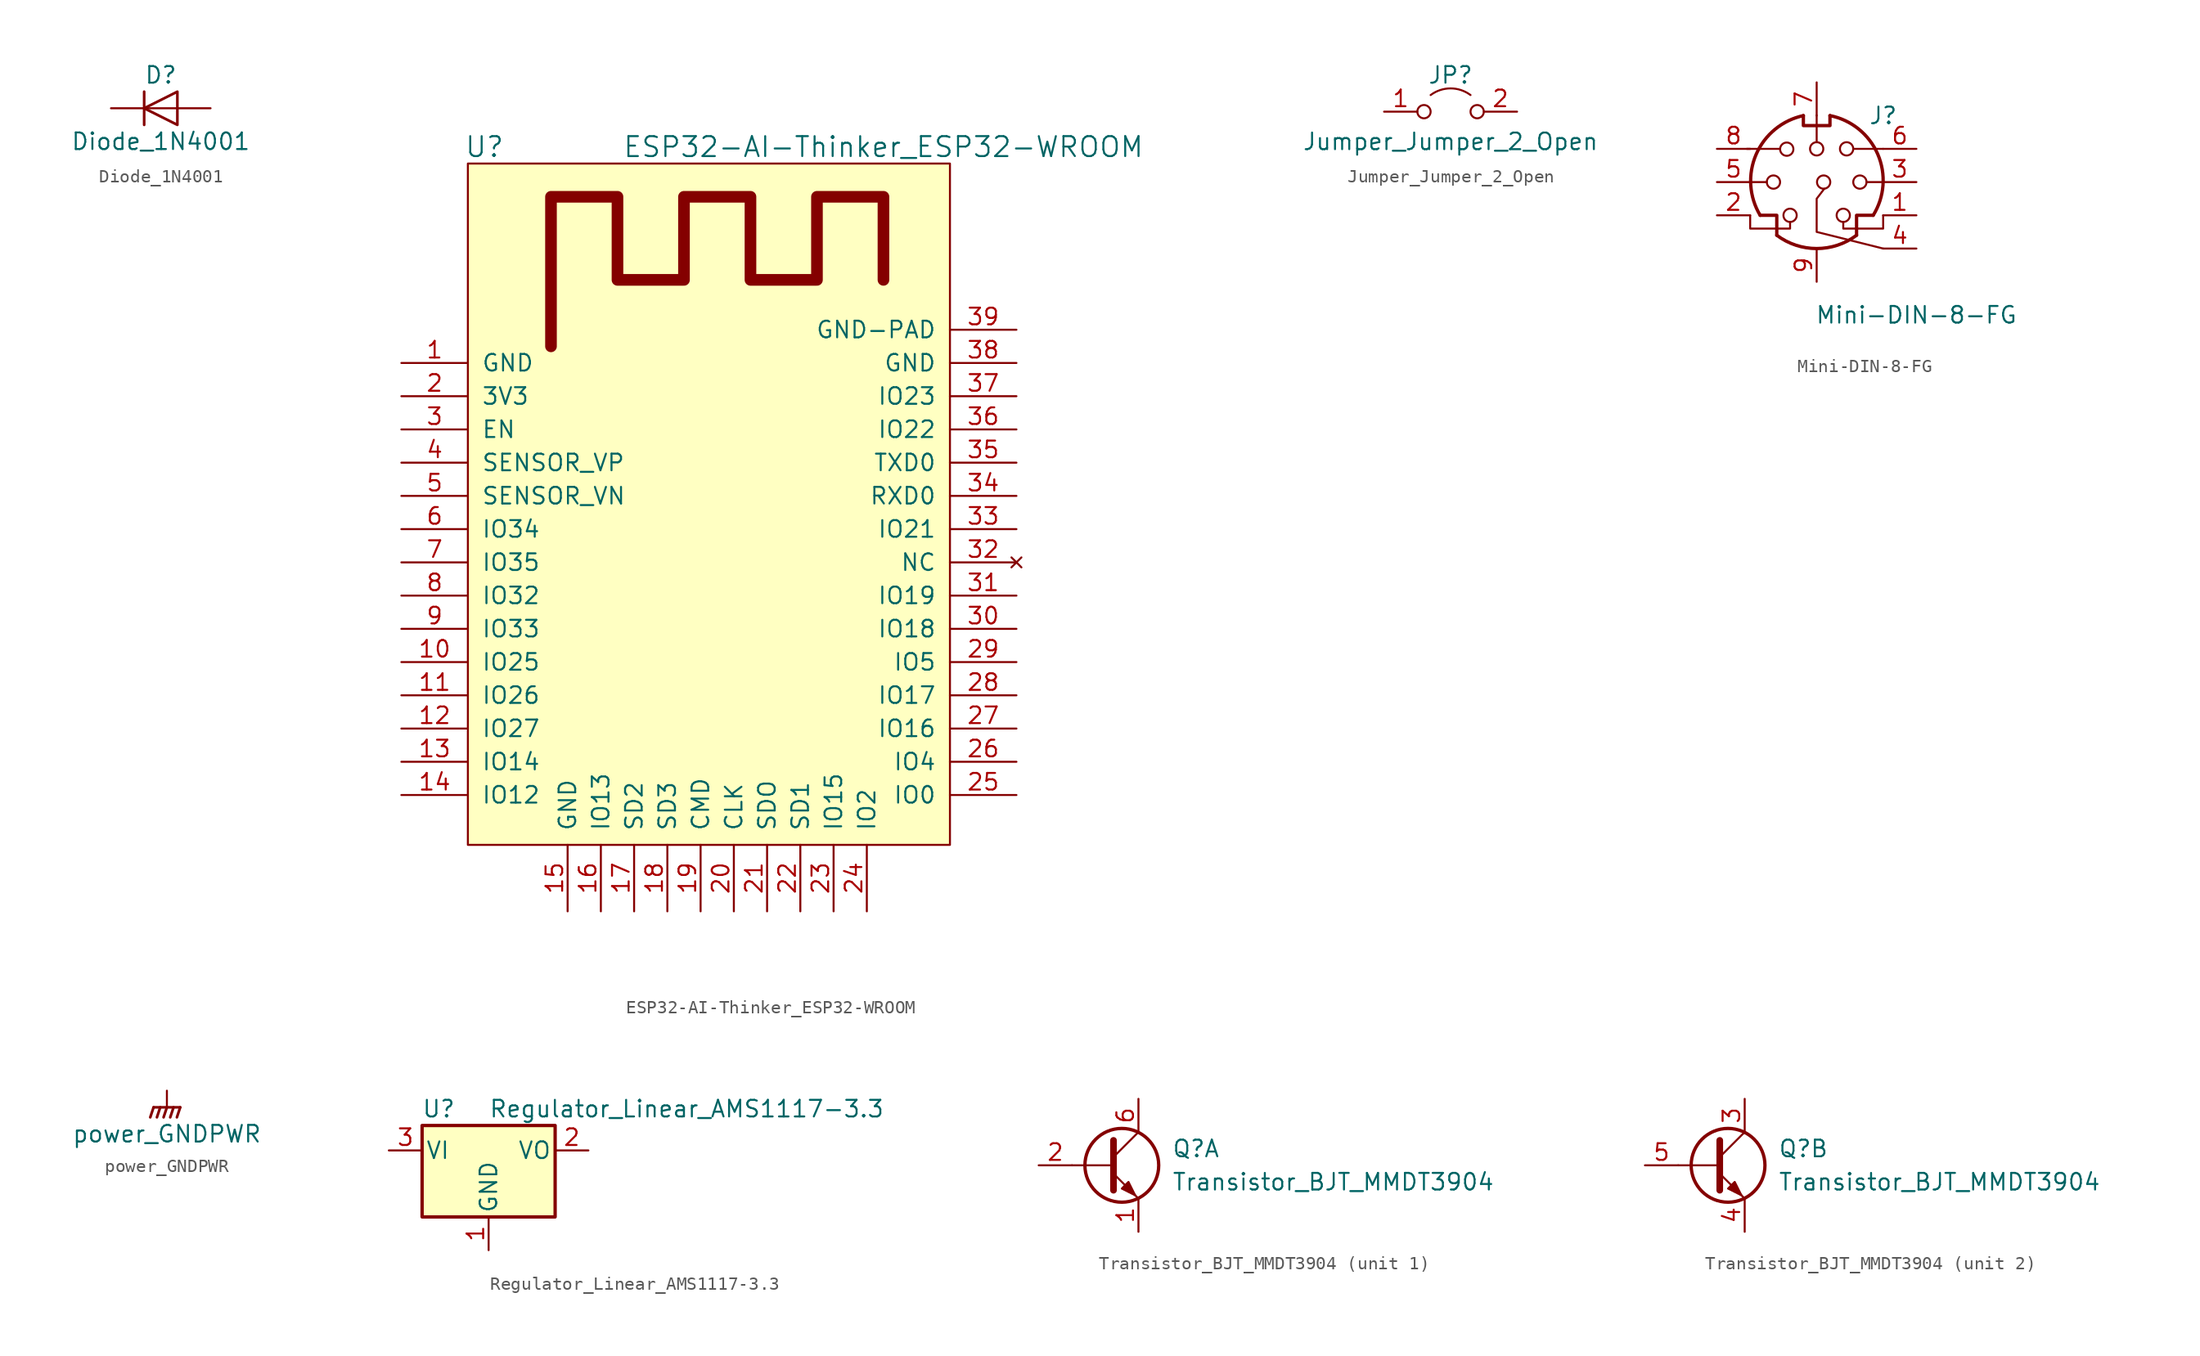
<source format=kicad_sym>
(kicad_symbol_lib
  (version 20211014)
  (generator kicad_symbol_editor)
  (symbol "Diode_1N4001"
    (pin_numbers hide)
    (pin_names
      (offset 1.016) hide)
    (property "Reference" "D"
      (at 0 2.54 0)
      (effects (font (size 1.27 1.27))))
    (property "Value" "Diode_1N4001"
      (at 0 -2.54 0)
      (effects (font (size 1.27 1.27))))
    (symbol "Diode_1N4001_0_1"
      (polyline (pts (xy -1.27 1.27) (xy -1.27 -1.27)) (stroke (width 0.203) (type default) (color 0 0 0 0)) (fill (type none)))
      (polyline (pts (xy 1.27 0) (xy -1.27 0)) (stroke (width 0) (type default) (color 0 0 0 0)) (fill (type none)))
      (polyline (pts (xy 1.27 1.27) (xy 1.27 -1.27) (xy -1.27 0) (xy 1.27 1.27)) (stroke (width 0.203) (type default) (color 0 0 0 0)) (fill (type none))))
    (symbol "Diode_1N4001_1_1"
      (pin passive line (at -3.81 0 0) (length 2.54) (name "K" (effects (font (size 1.27 1.27)))) (number "1" (effects (font (size 1.27 1.27)))))
      (pin passive line (at 3.81 0 180) (length 2.54) (name "A" (effects (font (size 1.27 1.27)))) (number "2" (effects (font (size 1.27 1.27)))))))
  (symbol "ESP32-AI-Thinker_ESP32-WROOM"
    (pin_names
      (offset 1.016))
    (property "Reference" "U"
      (at -17.78 31.75 0)
      (effects (font (size 1.524 1.524))))
    (property "Value" "ESP32-AI-Thinker_ESP32-WROOM"
      (at 12.7 31.75 0)
      (effects (font (size 1.524 1.524))))
    (symbol "ESP32-AI-Thinker_ESP32-WROOM_0_1"
      (rectangle (start -19.05 30.48) (end 17.78 -21.59) (stroke (width 0) (type default) (color 0 0 0 0)) (fill (type background)))
      (polyline (pts (xy -12.7 16.51) (xy -12.7 27.94) (xy -7.62 27.94) (xy -7.62 21.59) (xy -2.54 21.59) (xy -2.54 27.94) (xy 2.54 27.94) (xy 2.54 21.59) (xy 7.62 21.59) (xy 7.62 27.94) (xy 12.7 27.94) (xy 12.7 21.59)) (stroke (width 0.889) (type default) (color 0 0 0 0)) (fill (type none))))
    (symbol "ESP32-AI-Thinker_ESP32-WROOM_1_1"
      (pin power_in line (at -24.13 15.24 0) (length 5.08) (name "GND" (effects (font (size 1.27 1.27)))) (number "1" (effects (font (size 1.27 1.27)))))
      (pin bidirectional line (at -24.13 -7.62 0) (length 5.08) (name "IO25" (effects (font (size 1.27 1.27)))) (number "10" (effects (font (size 1.27 1.27)))))
      (pin bidirectional line (at -24.13 -10.16 0) (length 5.08) (name "IO26" (effects (font (size 1.27 1.27)))) (number "11" (effects (font (size 1.27 1.27)))))
      (pin bidirectional line (at -24.13 -12.7 0) (length 5.08) (name "IO27" (effects (font (size 1.27 1.27)))) (number "12" (effects (font (size 1.27 1.27)))))
      (pin bidirectional line (at -24.13 -15.24 0) (length 5.08) (name "IO14" (effects (font (size 1.27 1.27)))) (number "13" (effects (font (size 1.27 1.27)))))
      (pin bidirectional line (at -24.13 -17.78 0) (length 5.08) (name "IO12" (effects (font (size 1.27 1.27)))) (number "14" (effects (font (size 1.27 1.27)))))
      (pin power_in line (at -11.43 -26.67 90) (length 5.08) (name "GND" (effects (font (size 1.27 1.27)))) (number "15" (effects (font (size 1.27 1.27)))))
      (pin bidirectional line (at -8.89 -26.67 90) (length 5.08) (name "IO13" (effects (font (size 1.27 1.27)))) (number "16" (effects (font (size 1.27 1.27)))))
      (pin bidirectional line (at -6.35 -26.67 90) (length 5.08) (name "SD2" (effects (font (size 1.27 1.27)))) (number "17" (effects (font (size 1.27 1.27)))))
      (pin bidirectional line (at -3.81 -26.67 90) (length 5.08) (name "SD3" (effects (font (size 1.27 1.27)))) (number "18" (effects (font (size 1.27 1.27)))))
      (pin bidirectional line (at -1.27 -26.67 90) (length 5.08) (name "CMD" (effects (font (size 1.27 1.27)))) (number "19" (effects (font (size 1.27 1.27)))))
      (pin power_in line (at -24.13 12.7 0) (length 5.08) (name "3V3" (effects (font (size 1.27 1.27)))) (number "2" (effects (font (size 1.27 1.27)))))
      (pin bidirectional line (at 1.27 -26.67 90) (length 5.08) (name "CLK" (effects (font (size 1.27 1.27)))) (number "20" (effects (font (size 1.27 1.27)))))
      (pin bidirectional line (at 3.81 -26.67 90) (length 5.08) (name "SDO" (effects (font (size 1.27 1.27)))) (number "21" (effects (font (size 1.27 1.27)))))
      (pin bidirectional line (at 6.35 -26.67 90) (length 5.08) (name "SD1" (effects (font (size 1.27 1.27)))) (number "22" (effects (font (size 1.27 1.27)))))
      (pin bidirectional line (at 8.89 -26.67 90) (length 5.08) (name "IO15" (effects (font (size 1.27 1.27)))) (number "23" (effects (font (size 1.27 1.27)))))
      (pin bidirectional line (at 11.43 -26.67 90) (length 5.08) (name "IO2" (effects (font (size 1.27 1.27)))) (number "24" (effects (font (size 1.27 1.27)))))
      (pin bidirectional line (at 22.86 -17.78 180) (length 5.08) (name "IO0" (effects (font (size 1.27 1.27)))) (number "25" (effects (font (size 1.27 1.27)))))
      (pin bidirectional line (at 22.86 -15.24 180) (length 5.08) (name "IO4" (effects (font (size 1.27 1.27)))) (number "26" (effects (font (size 1.27 1.27)))))
      (pin bidirectional line (at 22.86 -12.7 180) (length 5.08) (name "IO16" (effects (font (size 1.27 1.27)))) (number "27" (effects (font (size 1.27 1.27)))))
      (pin bidirectional line (at 22.86 -10.16 180) (length 5.08) (name "IO17" (effects (font (size 1.27 1.27)))) (number "28" (effects (font (size 1.27 1.27)))))
      (pin bidirectional line (at 22.86 -7.62 180) (length 5.08) (name "IO5" (effects (font (size 1.27 1.27)))) (number "29" (effects (font (size 1.27 1.27)))))
      (pin input line (at -24.13 10.16 0) (length 5.08) (name "EN" (effects (font (size 1.27 1.27)))) (number "3" (effects (font (size 1.27 1.27)))))
      (pin bidirectional line (at 22.86 -5.08 180) (length 5.08) (name "IO18" (effects (font (size 1.27 1.27)))) (number "30" (effects (font (size 1.27 1.27)))))
      (pin bidirectional line (at 22.86 -2.54 180) (length 5.08) (name "IO19" (effects (font (size 1.27 1.27)))) (number "31" (effects (font (size 1.27 1.27)))))
      (pin no_connect line (at 22.86 0 180) (length 5.08) (name "NC" (effects (font (size 1.27 1.27)))) (number "32" (effects (font (size 1.27 1.27)))))
      (pin bidirectional line (at 22.86 2.54 180) (length 5.08) (name "IO21" (effects (font (size 1.27 1.27)))) (number "33" (effects (font (size 1.27 1.27)))))
      (pin input line (at 22.86 5.08 180) (length 5.08) (name "RXD0" (effects (font (size 1.27 1.27)))) (number "34" (effects (font (size 1.27 1.27)))))
      (pin output line (at 22.86 7.62 180) (length 5.08) (name "TXD0" (effects (font (size 1.27 1.27)))) (number "35" (effects (font (size 1.27 1.27)))))
      (pin bidirectional line (at 22.86 10.16 180) (length 5.08) (name "IO22" (effects (font (size 1.27 1.27)))) (number "36" (effects (font (size 1.27 1.27)))))
      (pin bidirectional line (at 22.86 12.7 180) (length 5.08) (name "IO23" (effects (font (size 1.27 1.27)))) (number "37" (effects (font (size 1.27 1.27)))))
      (pin power_in line (at 22.86 15.24 180) (length 5.08) (name "GND" (effects (font (size 1.27 1.27)))) (number "38" (effects (font (size 1.27 1.27)))))
      (pin power_in line (at 22.86 17.78 180) (length 5.08) (name "GND-PAD" (effects (font (size 1.27 1.27)))) (number "39" (effects (font (size 1.27 1.27)))))
      (pin input line (at -24.13 7.62 0) (length 5.08) (name "SENSOR_VP" (effects (font (size 1.27 1.27)))) (number "4" (effects (font (size 1.27 1.27)))))
      (pin input line (at -24.13 5.08 0) (length 5.08) (name "SENSOR_VN" (effects (font (size 1.27 1.27)))) (number "5" (effects (font (size 1.27 1.27)))))
      (pin input line (at -24.13 2.54 0) (length 5.08) (name "IO34" (effects (font (size 1.27 1.27)))) (number "6" (effects (font (size 1.27 1.27)))))
      (pin input line (at -24.13 0 0) (length 5.08) (name "IO35" (effects (font (size 1.27 1.27)))) (number "7" (effects (font (size 1.27 1.27)))))
      (pin bidirectional line (at -24.13 -2.54 0) (length 5.08) (name "IO32" (effects (font (size 1.27 1.27)))) (number "8" (effects (font (size 1.27 1.27)))))
      (pin bidirectional line (at -24.13 -5.08 0) (length 5.08) (name "IO33" (effects (font (size 1.27 1.27)))) (number "9" (effects (font (size 1.27 1.27)))))))
  (symbol "Jumper_Jumper_2_Open"
    (pin_names
      (offset 0) hide)
    (property "Reference" "JP"
      (at 0 2.794 0)
      (effects (font (size 1.27 1.27))))
    (property "Value" "Jumper_Jumper_2_Open"
      (at 0 -2.286 0)
      (effects (font (size 1.27 1.27))))
    (symbol "Jumper_Jumper_2_Open_0_0"
      (circle (center -2.032 0) (radius 0.508) (stroke (width 0) (type default) (color 0 0 0 0)) (fill (type none)))
      (circle (center 2.032 0) (radius 0.508) (stroke (width 0) (type default) (color 0 0 0 0)) (fill (type none))))
    (symbol "Jumper_Jumper_2_Open_0_1"
      (arc (start 1.524 1.27) (mid 0 1.778) (end -1.524 1.27) (stroke (width 0) (type default) (color 0 0 0 0)) (fill (type none))))
    (symbol "Jumper_Jumper_2_Open_1_1"
      (pin passive line (at -5.08 0 0) (length 2.54) (name "A" (effects (font (size 1.27 1.27)))) (number "1" (effects (font (size 1.27 1.27)))))
      (pin passive line (at 5.08 0 180) (length 2.54) (name "B" (effects (font (size 1.27 1.27)))) (number "2" (effects (font (size 1.27 1.27)))))))
  (symbol "Mini-DIN-8-FG"
    (pin_names
      (offset 1.016))
    (property "Reference" "J"
      (at 5.08 5.08 0)
      (effects (font (size 1.27 1.27))))
    (property "Value" "Mini-DIN-8-FG"
      (at 7.62 -10.16 0)
      (effects (font (size 1.27 1.27))))
    (symbol "Mini-DIN-8-FG_0_1"
      (circle (center -3.302 0) (radius 0.508) (stroke (width 0) (type default) (color 0 0 0 0)) (fill (type none)))
      (arc (start -3.048 -4.064) (mid 0 -5.08) (end 3.048 -4.064) (stroke (width 0.254) (type default) (color 0 0 0 0)) (fill (type none)))
      (circle (center -2.286 2.515) (radius 0.508) (stroke (width 0) (type default) (color 0 0 0 0)) (fill (type none)))
      (circle (center -2.032 -2.54) (radius 0.508) (stroke (width 0) (type default) (color 0 0 0 0)) (fill (type none)))
      (arc (start -1.016 5.08) (mid -4.6243 2.1182) (end -4.318 -2.54) (stroke (width 0.254) (type default) (color 0 0 0 0)) (fill (type none)))
      (polyline (pts (xy -3.81 0) (xy -5.08 0)) (stroke (width 0) (type default) (color 0 0 0 0)) (fill (type none)))
      (polyline (pts (xy -2.794 2.54) (xy -5.334 2.54)) (stroke (width 0) (type default) (color 0 0 0 0)) (fill (type none)))
      (polyline (pts (xy 0 5.105) (xy 0 3.048)) (stroke (width 0) (type default) (color 0 0 0 0)) (fill (type none)))
      (polyline (pts (xy 2.794 2.54) (xy 5.08 2.54)) (stroke (width 0) (type default) (color 0 0 0 0)) (fill (type none)))
      (polyline (pts (xy 5.08 0) (xy 3.81 0)) (stroke (width 0) (type default) (color 0 0 0 0)) (fill (type none)))
      (polyline (pts (xy -4.318 -2.54) (xy -3.048 -2.54) (xy -3.048 -4.064)) (stroke (width 0.254) (type default) (color 0 0 0 0)) (fill (type none)))
      (polyline (pts (xy 4.318 -2.54) (xy 3.048 -2.54) (xy 3.048 -4.064)) (stroke (width 0.254) (type default) (color 0 0 0 0)) (fill (type none)))
      (polyline (pts (xy -2.032 -3.048) (xy -2.032 -3.556) (xy -5.08 -3.556) (xy -5.08 -2.54)) (stroke (width 0) (type default) (color 0 0 0 0)) (fill (type none)))
      (polyline (pts (xy -1.016 5.08) (xy -1.016 4.318) (xy 1.016 4.318) (xy 1.016 5.08)) (stroke (width 0.254) (type default) (color 0 0 0 0)) (fill (type none)))
      (polyline (pts (xy 0.584 -0.508) (xy 0 -1.27) (xy 0 -3.81) (xy 5.08 -5.08)) (stroke (width 0) (type default) (color 0 0 0 0)) (fill (type none)))
      (polyline (pts (xy 2.032 -3.048) (xy 2.032 -3.556) (xy 5.08 -3.556) (xy 5.08 -2.54)) (stroke (width 0) (type default) (color 0 0 0 0)) (fill (type none)))
      (circle (center 0 2.54) (radius 0.508) (stroke (width 0) (type default) (color 0 0 0 0)) (fill (type none)))
      (circle (center 2.032 -2.54) (radius 0.508) (stroke (width 0) (type default) (color 0 0 0 0)) (fill (type none)))
      (circle (center 2.286 2.54) (radius 0.508) (stroke (width 0) (type default) (color 0 0 0 0)) (fill (type none)))
      (circle (center 3.302 0) (radius 0.508) (stroke (width 0) (type default) (color 0 0 0 0)) (fill (type none)))
      (arc (start 4.318 -2.54) (mid 4.6646 2.1357) (end 1.016 5.08) (stroke (width 0.254) (type default) (color 0 0 0 0)) (fill (type none))))
    (symbol "Mini-DIN-8-FG_1_1"
      (circle (center 0.533 0) (radius 0.508) (stroke (width 0) (type default) (color 0 0 0 0)) (fill (type none)))
      (pin passive line (at 7.62 -2.54 180) (length 2.54) (name "~" (effects (font (size 1.27 1.27)))) (number "1" (effects (font (size 1.27 1.27)))))
      (pin passive line (at -7.62 -2.54 0) (length 2.54) (name "~" (effects (font (size 1.27 1.27)))) (number "2" (effects (font (size 1.27 1.27)))))
      (pin passive line (at 7.62 0 180) (length 2.54) (name "~" (effects (font (size 1.27 1.27)))) (number "3" (effects (font (size 1.27 1.27)))))
      (pin passive line (at 7.62 -5.08 180) (length 2.54) (name "~" (effects (font (size 1.27 1.27)))) (number "4" (effects (font (size 1.27 1.27)))))
      (pin passive line (at -7.62 0 0) (length 2.54) (name "~" (effects (font (size 1.27 1.27)))) (number "5" (effects (font (size 1.27 1.27)))))
      (pin passive line (at 7.62 2.54 180) (length 2.54) (name "~" (effects (font (size 1.27 1.27)))) (number "6" (effects (font (size 1.27 1.27)))))
      (pin passive line (at 0 7.62 270) (length 2.54) (name "~" (effects (font (size 1.27 1.27)))) (number "7" (effects (font (size 1.27 1.27)))))
      (pin passive line (at -7.62 2.54 0) (length 2.54) (name "~" (effects (font (size 1.27 1.27)))) (number "8" (effects (font (size 1.27 1.27)))))
      (pin power_out line (at 0 -7.62 90) (length 2.54) (name "~" (effects (font (size 1.27 1.27)))) (number "9" (effects (font (size 1.27 1.27)))))))
  (symbol "power_GNDPWR"
    (power)
    (pin_names
      (offset 0))
    (property "Reference" "#PWR"
      (at 0 -5.08 0)
      (effects (font (size 1.27 1.27)) hide))
    (property "Value" "power_GNDPWR"
      (at 0 -3.302 0)
      (effects (font (size 1.27 1.27))))
    (symbol "power_GNDPWR_0_1"
      (polyline (pts (xy 0 -1.27) (xy 0 0)) (stroke (width 0) (type default) (color 0 0 0 0)) (fill (type none)))
      (polyline (pts (xy -1.016 -1.27) (xy -1.27 -2.032) (xy -1.27 -2.032)) (stroke (width 0.203) (type default) (color 0 0 0 0)) (fill (type none)))
      (polyline (pts (xy -0.508 -1.27) (xy -0.762 -2.032) (xy -0.762 -2.032)) (stroke (width 0.203) (type default) (color 0 0 0 0)) (fill (type none)))
      (polyline (pts (xy 0 -1.27) (xy -0.254 -2.032) (xy -0.254 -2.032)) (stroke (width 0.203) (type default) (color 0 0 0 0)) (fill (type none)))
      (polyline (pts (xy 0.508 -1.27) (xy 0.254 -2.032) (xy 0.254 -2.032)) (stroke (width 0.203) (type default) (color 0 0 0 0)) (fill (type none)))
      (polyline (pts (xy 1.016 -1.27) (xy -1.016 -1.27) (xy -1.016 -1.27)) (stroke (width 0.203) (type default) (color 0 0 0 0)) (fill (type none)))
      (polyline (pts (xy 1.016 -1.27) (xy 0.762 -2.032) (xy 0.762 -2.032) (xy 0.762 -2.032)) (stroke (width 0.203) (type default) (color 0 0 0 0)) (fill (type none))))
    (symbol "power_GNDPWR_1_1"
      (pin power_in line (at 0 0 270) (length 0) hide (name "GNDPWR" (effects (font (size 1.27 1.27)))) (number "1" (effects (font (size 1.27 1.27)))))))
  (symbol "Regulator_Linear_AMS1117-3.3"
    (pin_names
      (offset 0.254))
    (property "Reference" "U"
      (at -3.81 3.175 0)
      (effects (font (size 1.27 1.27))))
    (property "Value" "Regulator_Linear_AMS1117-3.3"
      (at 0 3.175 0)
      (effects (font (size 1.27 1.27)) (justify left)))
    (symbol "Regulator_Linear_AMS1117-3.3_0_1"
      (rectangle (start -5.08 -5.08) (end 5.08 1.905) (stroke (width 0.254) (type default) (color 0 0 0 0)) (fill (type background))))
    (symbol "Regulator_Linear_AMS1117-3.3_1_1"
      (pin power_in line (at 0 -7.62 90) (length 2.54) (name "GND" (effects (font (size 1.27 1.27)))) (number "1" (effects (font (size 1.27 1.27)))))
      (pin power_out line (at 7.62 0 180) (length 2.54) (name "VO" (effects (font (size 1.27 1.27)))) (number "2" (effects (font (size 1.27 1.27)))))
      (pin power_in line (at -7.62 0 0) (length 2.54) (name "VI" (effects (font (size 1.27 1.27)))) (number "3" (effects (font (size 1.27 1.27)))))))
  (symbol "Transistor_BJT_MMDT3904"
    (pin_names
      (offset 0) hide)
    (property "Reference" "Q"
      (at 5.08 1.27 0)
      (effects (font (size 1.27 1.27)) (justify left)))
    (property "Value" "Transistor_BJT_MMDT3904"
      (at 5.08 -1.27 0)
      (effects (font (size 1.27 1.27)) (justify left)))
    (property "ki_locked" ""
      (at 0 0 0)
      (effects (font (size 1.27 1.27))))
    (symbol "Transistor_BJT_MMDT3904_0_1"
      (polyline (pts (xy 0.635 0) (xy -2.54 0)) (stroke (width 0) (type default) (color 0 0 0 0)) (fill (type none)))
      (polyline (pts (xy 0.635 0.635) (xy 2.54 2.54)) (stroke (width 0) (type default) (color 0 0 0 0)) (fill (type none)))
      (polyline (pts (xy 0.635 -0.635) (xy 2.54 -2.54) (xy 2.54 -2.54)) (stroke (width 0) (type default) (color 0 0 0 0)) (fill (type none)))
      (polyline (pts (xy 0.635 1.905) (xy 0.635 -1.905) (xy 0.635 -1.905)) (stroke (width 0.508) (type default) (color 0 0 0 0)) (fill (type none)))
      (polyline (pts (xy 1.27 -1.778) (xy 1.778 -1.27) (xy 2.286 -2.286) (xy 1.27 -1.778) (xy 1.27 -1.778)) (stroke (width 0) (type default) (color 0 0 0 0)) (fill (type outline)))
      (circle (center 1.27 0) (radius 2.819) (stroke (width 0.254) (type default) (color 0 0 0 0)) (fill (type none))))
    (symbol "Transistor_BJT_MMDT3904_1_1"
      (pin passive line (at 2.54 -5.08 90) (length 2.54) (name "E1" (effects (font (size 1.27 1.27)))) (number "1" (effects (font (size 1.27 1.27)))))
      (pin input line (at -5.08 0 0) (length 2.54) (name "B1" (effects (font (size 1.27 1.27)))) (number "2" (effects (font (size 1.27 1.27)))))
      (pin passive line (at 2.54 5.08 270) (length 2.54) (name "C1" (effects (font (size 1.27 1.27)))) (number "6" (effects (font (size 1.27 1.27))))))
    (symbol "Transistor_BJT_MMDT3904_2_1"
      (pin passive line (at 2.54 5.08 270) (length 2.54) (name "C2" (effects (font (size 1.27 1.27)))) (number "3" (effects (font (size 1.27 1.27)))))
      (pin passive line (at 2.54 -5.08 90) (length 2.54) (name "E2" (effects (font (size 1.27 1.27)))) (number "4" (effects (font (size 1.27 1.27)))))
      (pin input line (at -5.08 0 0) (length 2.54) (name "B2" (effects (font (size 1.27 1.27)))) (number "5" (effects (font (size 1.27 1.27))))))))
</source>
